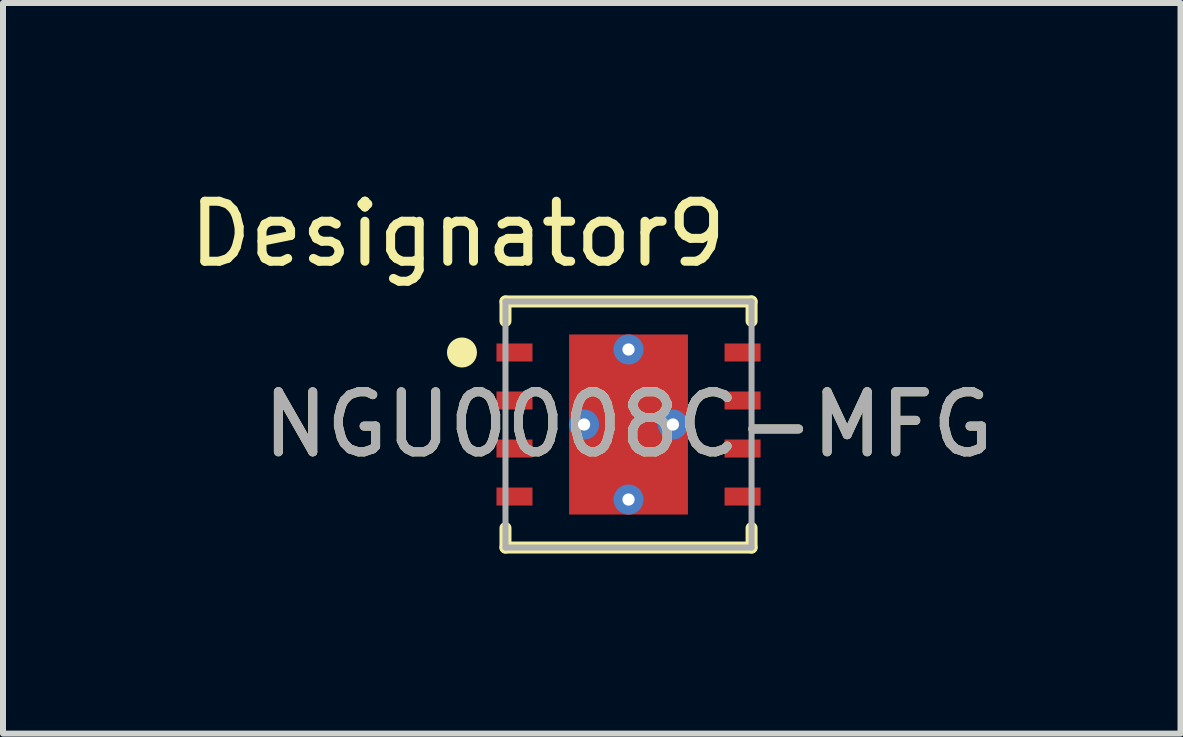
<source format=kicad_pcb>
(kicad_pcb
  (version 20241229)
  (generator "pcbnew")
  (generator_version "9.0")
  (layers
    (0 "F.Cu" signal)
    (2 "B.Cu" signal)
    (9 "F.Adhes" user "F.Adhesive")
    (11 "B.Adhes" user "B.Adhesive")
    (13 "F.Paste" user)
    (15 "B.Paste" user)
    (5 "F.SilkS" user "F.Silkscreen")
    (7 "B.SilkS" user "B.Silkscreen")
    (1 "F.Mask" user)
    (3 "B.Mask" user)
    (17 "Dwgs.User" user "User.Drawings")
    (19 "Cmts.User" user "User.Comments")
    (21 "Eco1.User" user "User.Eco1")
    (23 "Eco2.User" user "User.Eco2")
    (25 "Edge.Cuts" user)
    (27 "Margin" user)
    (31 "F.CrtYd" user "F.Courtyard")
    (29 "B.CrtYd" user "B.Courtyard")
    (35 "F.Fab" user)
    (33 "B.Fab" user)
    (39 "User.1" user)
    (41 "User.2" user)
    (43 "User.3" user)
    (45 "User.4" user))
  (footprint "NGU0008C-MFG"
    (layer "F.Cu")
    (at 7.422 4.023)
    (property "Reference" "NGU0008C-MFG" (at 0 0 0) (unlocked yes) (layer "F.SilkS") (effects (font (size 1 1) (thickness 0.15))))
    (attr smd)
    (fp_line (start -2.05 -2.05) (end 2.05 -2.05) (stroke (width 0.2) (type solid)) (layer "F.SilkS"))
    (fp_line (start -2.05 -1.725) (end -2.05 -2.05) (stroke (width 0.2) (type solid)) (layer "F.SilkS"))
    (fp_line (start -2.05 2.05) (end -2.05 1.725) (stroke (width 0.2) (type solid)) (layer "F.SilkS"))
    (fp_line (start -2.05 2.05) (end 2.05 2.05) (stroke (width 0.2) (type solid)) (layer "F.SilkS"))
    (fp_line (start 2.05 -1.725) (end 2.05 -2.05) (stroke (width 0.2) (type solid)) (layer "F.SilkS"))
    (fp_line (start 2.05 2.05) (end 2.05 1.725) (stroke (width 0.2) (type solid)) (layer "F.SilkS"))
    (fp_circle (center -2.775 -1.2) (end -2.65 -1.2) (stroke (width 0.25) (type solid)) (fill no) (layer "F.SilkS"))
    (fp_poly (pts (xy -0.825 -0.1) (xy -0.875 -0.15) (xy -0.875 -1.36) (xy -0.825 -1.41) (xy 0.825 -1.41) (xy 0.875 -1.36) (xy 0.875 -0.15) (xy 0.825 -0.1)) (stroke (width 0) (type solid)) (fill yes) (layer "F.Paste"))
    (fp_poly (pts (xy 0.875 1.36) (xy 0.825 1.41) (xy -0.825 1.41) (xy -0.875 1.36) (xy -0.875 0.15) (xy -0.825 0.1) (xy 0.825 0.1) (xy 0.875 0.15)) (stroke (width 0) (type solid)) (fill yes) (layer "F.Paste"))
    (fp_line (start -2.05 -2.05) (end 2.05 -2.05) (stroke (width 0.1) (type solid)) (layer "F.Fab"))
    (fp_line (start -2.05 2.05) (end -2.05 -2.05) (stroke (width 0.1) (type solid)) (layer "F.Fab"))
    (fp_line (start -2.05 2.05) (end 2.05 2.05) (stroke (width 0.1) (type solid)) (layer "F.Fab"))
    (fp_line (start 2.05 2.05) (end 2.05 -2.05) (stroke (width 0.1) (type solid)) (layer "F.Fab"))
    (fp_text user "Designator9" (at -2.845 -3.175 0) (unlocked yes) (layer "F.SilkS") (effects (font (size 1 1) (thickness 0.15))))
    (fp_text user "${REFERENCE}" (at 0 0 0) (unlocked yes) (layer "F.Fab") (effects (font (size 1 1) (thickness 0.15))))
    (pad "1" smd rect (at -1.9 -1.2) (size 0.6 0.3) (layers "F.Cu" "F.Mask" "F.Paste"))
    (pad "2" smd rect (at -1.9 -0.4) (size 0.6 0.3) (layers "F.Cu" "F.Mask" "F.Paste"))
    (pad "3" smd rect (at -1.9 0.4) (size 0.6 0.3) (layers "F.Cu" "F.Mask" "F.Paste"))
    (pad "4" smd rect (at -1.9 1.2) (size 0.6 0.3) (layers "F.Cu" "F.Mask" "F.Paste"))
    (pad "5" smd rect (at 1.9 1.2) (size 0.6 0.3) (layers "F.Cu" "F.Mask" "F.Paste"))
    (pad "6" smd rect (at 1.9 0.4) (size 0.6 0.3) (layers "F.Cu" "F.Mask" "F.Paste"))
    (pad "7" smd rect (at 1.9 -0.4) (size 0.6 0.3) (layers "F.Cu" "F.Mask" "F.Paste"))
    (pad "8" smd rect (at 1.9 -1.2) (size 0.6 0.3) (layers "F.Cu" "F.Mask" "F.Paste"))
    (pad "9" smd rect (at 0 0) (size 1.98 3) (layers "F.Cu" "F.Mask"))
    (pad "10" thru_hole circle (at -0.74 0) (size 0.5 0.5) (drill 0.203) (layers "*.Cu" "*.Mask"))
    (pad "11" thru_hole circle (at 0.74 0) (size 0.5 0.5) (drill 0.203) (layers "*.Cu" "*.Mask"))
    (pad "12" thru_hole circle (at 0 1.25) (size 0.5 0.5) (drill 0.203) (layers "*.Cu" "*.Mask"))
    (pad "13" thru_hole circle (at 0 -1.25) (size 0.5 0.5) (drill 0.203) (layers "*.Cu" "*.Mask")))
  (gr_rect
    (start -3 -3)
    (end 16.619 9.173)
    (stroke (width 0.1) (type default))
    (fill no)
    (layer "Edge.Cuts")))
</source>
